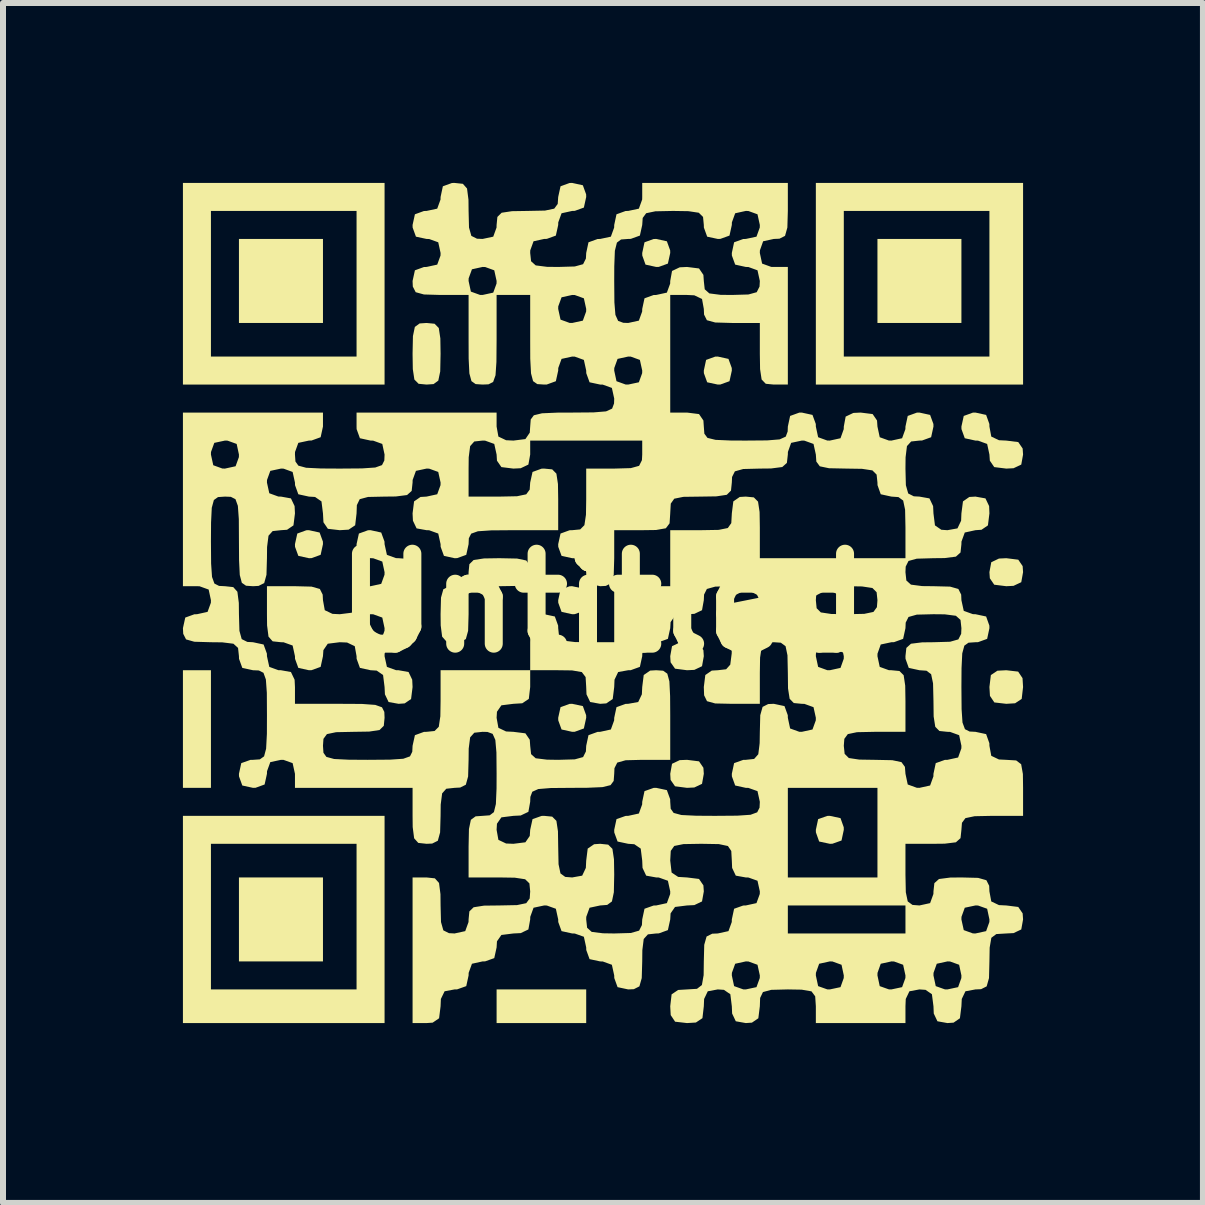
<source format=kicad_pcb>
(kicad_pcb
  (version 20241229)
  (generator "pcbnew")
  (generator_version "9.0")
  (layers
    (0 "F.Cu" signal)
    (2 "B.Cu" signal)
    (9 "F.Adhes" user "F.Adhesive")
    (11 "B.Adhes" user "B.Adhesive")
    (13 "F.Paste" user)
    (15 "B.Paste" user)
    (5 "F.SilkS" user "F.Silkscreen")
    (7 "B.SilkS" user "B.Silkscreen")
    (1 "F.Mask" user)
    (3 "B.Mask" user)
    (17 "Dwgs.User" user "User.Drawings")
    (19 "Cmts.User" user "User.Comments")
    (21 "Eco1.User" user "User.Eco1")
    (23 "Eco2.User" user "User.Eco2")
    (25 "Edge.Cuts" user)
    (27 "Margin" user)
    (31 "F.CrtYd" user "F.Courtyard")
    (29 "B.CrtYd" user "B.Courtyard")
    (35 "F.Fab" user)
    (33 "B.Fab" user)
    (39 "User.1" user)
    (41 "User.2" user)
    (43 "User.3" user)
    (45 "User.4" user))
  (footprint "Untitled"
    (layer "F.Cu")
    (at 7.004 7.004)
    (property "Reference" "Untitled" (at 0 0 0) (layer "F.SilkS") (effects (font (size 1.5 1.5) (thickness 0.3))))
    (attr board_only exclude_from_pos_files exclude_from_bom)
    (fp_poly (pts (xy -6.537 2.101) (xy -6.537 3.082) (xy -6.77 3.082) (xy -7.004 3.082) (xy -7.004 2.101) (xy -7.004 1.121) (xy -6.77 1.121) (xy -6.537 1.121)) (stroke (width 0) (type solid)) (fill yes) (layer "F.SilkS"))
    (fp_poly (pts (xy -4.669 -5.369) (xy -4.669 -4.669) (xy -5.369 -4.669) (xy -6.07 -4.669) (xy -6.07 -5.369) (xy -6.07 -6.07) (xy -5.369 -6.07) (xy -4.669 -6.07)) (stroke (width 0) (type solid)) (fill yes) (layer "F.SilkS"))
    (fp_poly (pts (xy -4.669 5.276) (xy -4.669 5.976) (xy -5.369 5.976) (xy -6.07 5.976) (xy -6.07 5.276) (xy -6.07 4.576) (xy -5.369 4.576) (xy -4.669 4.576)) (stroke (width 0) (type solid)) (fill yes) (layer "F.SilkS"))
    (fp_poly (pts (xy -0.28 6.724) (xy -0.28 7.004) (xy -1.027 7.004) (xy -1.774 7.004) (xy -1.774 6.724) (xy -1.774 6.443) (xy -1.027 6.443) (xy -0.28 6.443)) (stroke (width 0) (type solid)) (fill yes) (layer "F.SilkS"))
    (fp_poly (pts (xy 5.976 -5.369) (xy 5.976 -4.669) (xy 5.276 -4.669) (xy 4.576 -4.669) (xy 4.576 -5.369) (xy 4.576 -6.07) (xy 5.276 -6.07) (xy 5.976 -6.07)) (stroke (width 0) (type solid)) (fill yes) (layer "F.SilkS"))
    (fp_poly (pts (xy -4.725 -1.175) (xy -4.67 -1.024) (xy -4.669 -0.981) (xy -4.708 -0.803) (xy -4.86 -0.748) (xy -4.903 -0.747) (xy -5.08 -0.786) (xy -5.135 -0.937) (xy -5.136 -0.981) (xy -5.097 -1.158) (xy -4.946 -1.213) (xy -4.903 -1.214)) (stroke (width 0) (type solid)) (fill yes) (layer "F.SilkS"))
    (fp_poly (pts (xy -0.336 -0.242) (xy -0.281 -0.09) (xy -0.28 -0.047) (xy -0.319 0.131) (xy -0.471 0.186) (xy -0.514 0.187) (xy -0.691 0.148) (xy -0.746 -0.004) (xy -0.747 -0.047) (xy -0.708 -0.224) (xy -0.557 -0.279) (xy -0.514 -0.28)) (stroke (width 0) (type solid)) (fill yes) (layer "F.SilkS"))
    (fp_poly (pts (xy -0.336 1.719) (xy -0.281 1.871) (xy -0.28 1.914) (xy -0.319 2.092) (xy -0.471 2.147) (xy -0.514 2.148) (xy -0.691 2.109) (xy -0.746 1.957) (xy -0.747 1.914) (xy -0.708 1.737) (xy -0.557 1.682) (xy -0.514 1.681)) (stroke (width 0) (type solid)) (fill yes) (layer "F.SilkS"))
    (fp_poly (pts (xy 1.065 -6.031) (xy 1.12 -5.879) (xy 1.121 -5.836) (xy 1.082 -5.659) (xy 0.93 -5.604) (xy 0.887 -5.603) (xy 0.709 -5.642) (xy 0.655 -5.793) (xy 0.654 -5.836) (xy 0.692 -6.014) (xy 0.844 -6.069) (xy 0.887 -6.07)) (stroke (width 0) (type solid)) (fill yes) (layer "F.SilkS"))
    (fp_poly (pts (xy 1.601 0.679) (xy 1.674 0.786) (xy 1.681 0.887) (xy 1.651 1.054) (xy 1.523 1.115) (xy 1.401 1.121) (xy 1.201 1.095) (xy 1.127 0.989) (xy 1.121 0.887) (xy 1.151 0.72) (xy 1.279 0.659) (xy 1.401 0.654)) (stroke (width 0) (type solid)) (fill yes) (layer "F.SilkS"))
    (fp_poly (pts (xy 1.601 2.64) (xy 1.674 2.747) (xy 1.681 2.848) (xy 1.651 3.015) (xy 1.523 3.076) (xy 1.401 3.082) (xy 1.201 3.056) (xy 1.127 2.95) (xy 1.121 2.848) (xy 1.151 2.681) (xy 1.279 2.62) (xy 1.401 2.615)) (stroke (width 0) (type solid)) (fill yes) (layer "F.SilkS"))
    (fp_poly (pts (xy 2.092 -4.07) (xy 2.147 -3.918) (xy 2.148 -3.875) (xy 2.109 -3.698) (xy 1.957 -3.643) (xy 1.914 -3.642) (xy 1.737 -3.68) (xy 1.682 -3.832) (xy 1.681 -3.875) (xy 1.719 -4.053) (xy 1.871 -4.108) (xy 1.914 -4.109)) (stroke (width 0) (type solid)) (fill yes) (layer "F.SilkS"))
    (fp_poly (pts (xy 3.96 3.587) (xy 4.014 3.739) (xy 4.015 3.782) (xy 3.977 3.96) (xy 3.825 4.014) (xy 3.782 4.015) (xy 3.604 3.977) (xy 3.55 3.825) (xy 3.549 3.782) (xy 3.587 3.604) (xy 3.739 3.55) (xy 3.782 3.549)) (stroke (width 0) (type solid)) (fill yes) (layer "F.SilkS"))
    (fp_poly (pts (xy 6.922 1.144) (xy 6.995 1.253) (xy 7.004 1.401) (xy 6.981 1.599) (xy 6.871 1.672) (xy 6.724 1.681) (xy 6.525 1.658) (xy 6.452 1.549) (xy 6.443 1.401) (xy 6.467 1.202) (xy 6.576 1.129) (xy 6.724 1.121)) (stroke (width 0) (type solid)) (fill yes) (layer "F.SilkS"))
    (fp_poly (pts (xy 6.924 -0.722) (xy 6.997 -0.615) (xy 7.004 -0.514) (xy 6.974 -0.347) (xy 6.845 -0.286) (xy 6.724 -0.28) (xy 6.523 -0.305) (xy 6.45 -0.412) (xy 6.443 -0.514) (xy 6.474 -0.68) (xy 6.602 -0.741) (xy 6.724 -0.747)) (stroke (width 0) (type solid)) (fill yes) (layer "F.SilkS"))
    (fp_poly (pts (xy -2.808 -4.656) (xy -2.738 -4.585) (xy -2.712 -4.412) (xy -2.708 -4.156) (xy -2.714 -3.861) (xy -2.746 -3.708) (xy -2.825 -3.65) (xy -2.942 -3.642) (xy -3.075 -3.655) (xy -3.145 -3.726) (xy -3.171 -3.899) (xy -3.175 -4.156) (xy -3.169 -4.45) (xy -3.137 -4.603) (xy -3.058 -4.661) (xy -2.942 -4.669)) (stroke (width 0) (type solid)) (fill yes) (layer "F.SilkS"))
    (fp_poly (pts (xy -3.642 -5.323) (xy -3.642 -3.642) (xy -5.323 -3.642) (xy -7.004 -3.642) (xy -7.004 -5.323) (xy -6.537 -5.323) (xy -6.537 -4.109) (xy -5.323 -4.109) (xy -4.109 -4.109) (xy -4.109 -5.323) (xy -4.109 -6.537) (xy -5.323 -6.537) (xy -6.537 -6.537) (xy -6.537 -5.323) (xy -7.004 -5.323) (xy -7.004 -7.004) (xy -5.323 -7.004) (xy -3.642 -7.004)) (stroke (width 0) (type solid)) (fill yes) (layer "F.SilkS"))
    (fp_poly (pts (xy 7.004 -5.323) (xy 7.004 -3.642) (xy 5.276 -3.642) (xy 3.549 -3.642) (xy 3.549 -5.323) (xy 4.015 -5.323) (xy 4.015 -4.109) (xy 5.229 -4.109) (xy 6.443 -4.109) (xy 6.443 -5.323) (xy 6.443 -6.537) (xy 5.229 -6.537) (xy 4.015 -6.537) (xy 4.015 -5.323) (xy 3.549 -5.323) (xy 3.549 -7.004) (xy 5.276 -7.004) (xy 7.004 -7.004)) (stroke (width 0) (type solid)) (fill yes) (layer "F.SilkS"))
    (fp_poly (pts (xy -3.642 5.276) (xy -3.642 7.004) (xy -5.323 7.004) (xy -7.004 7.004) (xy -7.004 5.276) (xy -7.004 5.229) (xy -6.537 5.229) (xy -6.537 6.443) (xy -5.323 6.443) (xy -4.109 6.443) (xy -4.109 5.229) (xy -4.109 4.015) (xy -5.323 4.015) (xy -6.537 4.015) (xy -6.537 5.229) (xy -7.004 5.229) (xy -7.004 3.549) (xy -5.323 3.549) (xy -3.642 3.549)) (stroke (width 0) (type solid)) (fill yes) (layer "F.SilkS"))
    (fp_poly (pts (xy 6.388 -3.136) (xy 6.442 -2.985) (xy 6.443 -2.942) (xy 6.474 -2.775) (xy 6.602 -2.714) (xy 6.724 -2.708) (xy 6.924 -2.683) (xy 6.997 -2.576) (xy 7.004 -2.475) (xy 6.974 -2.308) (xy 6.845 -2.247) (xy 6.724 -2.241) (xy 6.523 -2.266) (xy 6.45 -2.373) (xy 6.443 -2.475) (xy 6.405 -2.652) (xy 6.253 -2.707) (xy 6.21 -2.708) (xy 6.032 -2.747) (xy 5.977 -2.899) (xy 5.976 -2.942) (xy 6.015 -3.119) (xy 6.167 -3.174) (xy 6.21 -3.175)) (stroke (width 0) (type solid)) (fill yes) (layer "F.SilkS"))
    (fp_poly (pts (xy -1.433 -0.741) (xy -1.28 -0.709) (xy -1.222 -0.63) (xy -1.214 -0.514) (xy -1.227 -0.38) (xy -1.298 -0.31) (xy -1.471 -0.284) (xy -1.728 -0.28) (xy -2.241 -0.28) (xy -2.241 0.187) (xy -2.249 0.464) (xy -2.287 0.602) (xy -2.381 0.649) (xy -2.475 0.654) (xy -2.613 0.639) (xy -2.682 0.561) (xy -2.706 0.374) (xy -2.708 0.187) (xy -2.701 -0.09) (xy -2.662 -0.229) (xy -2.568 -0.276) (xy -2.475 -0.28) (xy -2.297 -0.319) (xy -2.242 -0.471) (xy -2.241 -0.514) (xy -2.228 -0.647) (xy -2.157 -0.717) (xy -1.984 -0.743) (xy -1.728 -0.747)) (stroke (width 0) (type solid)) (fill yes) (layer "F.SilkS"))
    (fp_poly (pts (xy -3.698 -1.175) (xy -3.643 -1.024) (xy -3.642 -0.981) (xy -3.603 -0.803) (xy -3.451 -0.748) (xy -3.408 -0.747) (xy -3.29 -0.738) (xy -3.22 -0.686) (xy -3.187 -0.55) (xy -3.176 -0.293) (xy -3.175 -0.047) (xy -3.178 0.31) (xy -3.195 0.518) (xy -3.241 0.619) (xy -3.326 0.651) (xy -3.408 0.654) (xy -3.586 0.692) (xy -3.641 0.844) (xy -3.642 0.887) (xy -3.603 1.065) (xy -3.451 1.12) (xy -3.408 1.121) (xy -3.242 1.151) (xy -3.181 1.279) (xy -3.175 1.401) (xy -3.2 1.601) (xy -3.307 1.674) (xy -3.408 1.681) (xy -3.575 1.651) (xy -3.636 1.523) (xy -3.642 1.401) (xy -3.667 1.201) (xy -3.774 1.127) (xy -3.875 1.121) (xy -4.053 1.082) (xy -4.108 0.93) (xy -4.109 0.887) (xy -4.139 0.72) (xy -4.267 0.659) (xy -4.389 0.654) (xy -4.589 0.679) (xy -4.662 0.786) (xy -4.669 0.887) (xy -4.708 1.065) (xy -4.86 1.12) (xy -4.903 1.121) (xy -5.08 1.082) (xy -5.135 0.93) (xy -5.136 0.887) (xy -5.175 0.709) (xy -5.326 0.655) (xy -5.369 0.654) (xy -5.508 0.639) (xy -5.577 0.561) (xy -5.595 0.42) (xy -4.109 0.42) (xy -4.07 0.598) (xy -3.918 0.653) (xy -3.875 0.654) (xy -3.698 0.615) (xy -3.643 0.463) (xy -3.642 0.42) (xy -3.68 0.243) (xy -3.832 0.188) (xy -3.875 0.187) (xy -4.053 0.225) (xy -4.108 0.377) (xy -4.109 0.42) (xy -5.595 0.42) (xy -5.601 0.374) (xy -5.603 0.187) (xy -5.603 -0.28) (xy -5.136 -0.28) (xy -4.859 -0.273) (xy -4.721 -0.234) (xy -4.674 -0.14) (xy -4.669 -0.047) (xy -4.639 0.12) (xy -4.511 0.181) (xy -4.389 0.187) (xy -4.189 0.162) (xy -4.116 0.055) (xy -4.109 -0.047) (xy -4.07 -0.224) (xy -3.918 -0.279) (xy -3.875 -0.28) (xy -3.698 -0.319) (xy -3.643 -0.471) (xy -3.642 -0.514) (xy -3.68 -0.691) (xy -3.832 -0.746) (xy -3.875 -0.747) (xy -4.053 -0.786) (xy -4.108 -0.937) (xy -4.109 -0.981) (xy -4.07 -1.158) (xy -3.918 -1.213) (xy -3.875 -1.214)) (stroke (width 0) (type solid)) (fill yes) (layer "F.SilkS"))
    (fp_poly (pts (xy 3.082 -6.537) (xy 3.074 -6.26) (xy 3.035 -6.121) (xy 2.942 -6.074) (xy 2.848 -6.07) (xy 2.67 -6.031) (xy 2.616 -5.879) (xy 2.615 -5.836) (xy 2.653 -5.659) (xy 2.805 -5.604) (xy 2.848 -5.603) (xy 3.082 -5.603) (xy 3.082 -4.622) (xy 3.082 -3.642) (xy 2.848 -3.642) (xy 2.714 -3.655) (xy 2.645 -3.726) (xy 2.619 -3.899) (xy 2.615 -4.156) (xy 2.615 -4.669) (xy 2.148 -4.669) (xy 1.871 -4.677) (xy 1.732 -4.715) (xy 1.685 -4.809) (xy 1.681 -4.903) (xy 1.651 -5.069) (xy 1.523 -5.13) (xy 1.401 -5.136) (xy 1.121 -5.136) (xy 1.121 -4.156) (xy 1.121 -3.175) (xy 1.401 -3.175) (xy 1.601 -3.15) (xy 1.674 -3.043) (xy 1.681 -2.942) (xy 1.69 -2.823) (xy 1.742 -2.753) (xy 1.877 -2.72) (xy 2.135 -2.709) (xy 2.381 -2.708) (xy 2.737 -2.711) (xy 2.946 -2.728) (xy 3.047 -2.774) (xy 3.079 -2.86) (xy 3.082 -2.942) (xy 3.12 -3.119) (xy 3.272 -3.174) (xy 3.315 -3.175) (xy 3.493 -3.136) (xy 3.548 -2.985) (xy 3.549 -2.942) (xy 3.587 -2.764) (xy 3.739 -2.709) (xy 3.782 -2.708) (xy 3.96 -2.747) (xy 4.014 -2.899) (xy 4.015 -2.942) (xy 4.046 -3.108) (xy 4.174 -3.169) (xy 4.296 -3.175) (xy 4.496 -3.15) (xy 4.569 -3.043) (xy 4.576 -2.942) (xy 4.614 -2.764) (xy 4.766 -2.709) (xy 4.809 -2.708) (xy 4.987 -2.747) (xy 5.042 -2.899) (xy 5.043 -2.942) (xy 5.081 -3.119) (xy 5.233 -3.174) (xy 5.276 -3.175) (xy 5.454 -3.136) (xy 5.509 -2.985) (xy 5.51 -2.942) (xy 5.471 -2.764) (xy 5.319 -2.709) (xy 5.276 -2.708) (xy 5.138 -2.693) (xy 5.068 -2.616) (xy 5.045 -2.429) (xy 5.043 -2.241) (xy 5.05 -1.964) (xy 5.089 -1.826) (xy 5.182 -1.779) (xy 5.276 -1.774) (xy 5.443 -1.744) (xy 5.504 -1.616) (xy 5.51 -1.494) (xy 5.535 -1.294) (xy 5.641 -1.221) (xy 5.743 -1.214) (xy 5.91 -1.244) (xy 5.971 -1.372) (xy 5.976 -1.494) (xy 6.002 -1.694) (xy 6.108 -1.768) (xy 6.21 -1.774) (xy 6.377 -1.744) (xy 6.438 -1.616) (xy 6.443 -1.494) (xy 6.418 -1.294) (xy 6.311 -1.221) (xy 6.21 -1.214) (xy 6.032 -1.175) (xy 5.977 -1.024) (xy 5.976 -0.981) (xy 5.961 -0.842) (xy 5.884 -0.773) (xy 5.697 -0.749) (xy 5.51 -0.747) (xy 5.232 -0.739) (xy 5.094 -0.701) (xy 5.047 -0.607) (xy 5.043 -0.514) (xy 5.058 -0.375) (xy 5.135 -0.306) (xy 5.322 -0.282) (xy 5.51 -0.28) (xy 5.787 -0.273) (xy 5.925 -0.234) (xy 5.972 -0.14) (xy 5.976 -0.047) (xy 6.015 0.131) (xy 6.167 0.186) (xy 6.21 0.187) (xy 6.388 0.225) (xy 6.442 0.377) (xy 6.443 0.42) (xy 6.405 0.598) (xy 6.253 0.653) (xy 6.21 0.654) (xy 6.094 0.662) (xy 6.025 0.711) (xy 5.99 0.84) (xy 5.978 1.086) (xy 5.976 1.401) (xy 5.979 1.771) (xy 5.994 1.993) (xy 6.035 2.104) (xy 6.112 2.143) (xy 6.21 2.148) (xy 6.388 2.186) (xy 6.442 2.338) (xy 6.443 2.381) (xy 6.474 2.548) (xy 6.602 2.609) (xy 6.724 2.615) (xy 6.889 2.625) (xy 6.972 2.688) (xy 7.001 2.851) (xy 7.004 3.082) (xy 7.004 3.549) (xy 6.49 3.549) (xy 6.196 3.555) (xy 6.043 3.587) (xy 5.985 3.665) (xy 5.976 3.782) (xy 5.961 3.921) (xy 5.884 3.99) (xy 5.697 4.013) (xy 5.51 4.015) (xy 5.043 4.015) (xy 5.043 4.529) (xy 5.049 4.823) (xy 5.081 4.976) (xy 5.16 5.034) (xy 5.276 5.043) (xy 5.454 5.004) (xy 5.509 4.852) (xy 5.51 4.809) (xy 5.525 4.671) (xy 5.602 4.602) (xy 5.789 4.578) (xy 5.976 4.576) (xy 6.254 4.583) (xy 6.392 4.622) (xy 6.439 4.715) (xy 6.443 4.809) (xy 6.474 4.976) (xy 6.602 5.037) (xy 6.724 5.043) (xy 6.924 5.068) (xy 6.997 5.175) (xy 7.004 5.276) (xy 6.974 5.443) (xy 6.845 5.504) (xy 6.724 5.51) (xy 6.558 5.52) (xy 6.475 5.582) (xy 6.447 5.746) (xy 6.443 5.976) (xy 6.436 6.254) (xy 6.397 6.392) (xy 6.304 6.439) (xy 6.21 6.443) (xy 6.043 6.474) (xy 5.982 6.602) (xy 5.976 6.724) (xy 5.951 6.924) (xy 5.845 6.997) (xy 5.743 7.004) (xy 5.576 6.974) (xy 5.515 6.845) (xy 5.51 6.724) (xy 5.484 6.523) (xy 5.378 6.45) (xy 5.276 6.443) (xy 5.109 6.474) (xy 5.048 6.602) (xy 5.043 6.724) (xy 5.043 7.004) (xy 4.296 7.004) (xy 3.549 7.004) (xy 3.549 6.724) (xy 3.538 6.558) (xy 3.476 6.475) (xy 3.312 6.447) (xy 3.082 6.443) (xy 2.805 6.45) (xy 2.667 6.487) (xy 2.62 6.585) (xy 2.615 6.724) (xy 2.59 6.924) (xy 2.483 6.997) (xy 2.381 7.004) (xy 2.214 6.974) (xy 2.153 6.845) (xy 2.148 6.724) (xy 2.123 6.523) (xy 2.016 6.45) (xy 1.914 6.443) (xy 1.747 6.474) (xy 1.686 6.602) (xy 1.681 6.724) (xy 1.658 6.922) (xy 1.549 6.995) (xy 1.401 7.004) (xy 1.202 6.981) (xy 1.129 6.871) (xy 1.121 6.724) (xy 1.144 6.525) (xy 1.253 6.452) (xy 1.401 6.443) (xy 1.567 6.433) (xy 1.649 6.37) (xy 1.677 6.21) (xy 2.148 6.21) (xy 2.186 6.388) (xy 2.338 6.442) (xy 2.381 6.443) (xy 2.559 6.405) (xy 2.614 6.253) (xy 2.615 6.21) (xy 3.549 6.21) (xy 3.587 6.388) (xy 3.739 6.442) (xy 3.782 6.443) (xy 3.96 6.405) (xy 4.014 6.253) (xy 4.015 6.21) (xy 4.576 6.21) (xy 4.614 6.388) (xy 4.766 6.442) (xy 4.809 6.443) (xy 4.987 6.405) (xy 5.042 6.253) (xy 5.043 6.21) (xy 5.51 6.21) (xy 5.548 6.388) (xy 5.7 6.442) (xy 5.743 6.443) (xy 5.921 6.405) (xy 5.975 6.253) (xy 5.976 6.21) (xy 5.938 6.032) (xy 5.786 5.977) (xy 5.743 5.976) (xy 5.565 6.015) (xy 5.511 6.167) (xy 5.51 6.21) (xy 5.043 6.21) (xy 5.004 6.032) (xy 4.852 5.977) (xy 4.809 5.976) (xy 4.631 6.015) (xy 4.577 6.167) (xy 4.576 6.21) (xy 4.015 6.21) (xy 3.977 6.032) (xy 3.825 5.977) (xy 3.782 5.976) (xy 3.604 6.015) (xy 3.55 6.167) (xy 3.549 6.21) (xy 2.615 6.21) (xy 2.576 6.032) (xy 2.424 5.977) (xy 2.381 5.976) (xy 2.204 6.015) (xy 2.149 6.167) (xy 2.148 6.21) (xy 1.677 6.21) (xy 1.678 6.207) (xy 1.681 5.976) (xy 1.688 5.699) (xy 1.727 5.561) (xy 1.821 5.514) (xy 1.914 5.51) (xy 2.092 5.471) (xy 2.147 5.319) (xy 2.148 5.276) (xy 3.082 5.276) (xy 3.082 5.51) (xy 4.062 5.51) (xy 5.043 5.51) (xy 5.043 5.276) (xy 5.976 5.276) (xy 6.015 5.454) (xy 6.167 5.509) (xy 6.21 5.51) (xy 6.388 5.471) (xy 6.442 5.319) (xy 6.443 5.276) (xy 6.405 5.098) (xy 6.253 5.044) (xy 6.21 5.043) (xy 6.032 5.081) (xy 5.977 5.233) (xy 5.976 5.276) (xy 5.043 5.276) (xy 5.043 5.043) (xy 4.062 5.043) (xy 3.082 5.043) (xy 3.082 5.276) (xy 2.148 5.276) (xy 2.186 5.098) (xy 2.338 5.044) (xy 2.381 5.043) (xy 2.559 5.004) (xy 2.614 4.852) (xy 2.615 4.809) (xy 2.576 4.631) (xy 2.424 4.577) (xy 2.381 4.576) (xy 2.214 4.546) (xy 2.153 4.417) (xy 2.148 4.296) (xy 2.139 4.135) (xy 2.083 4.052) (xy 1.932 4.02) (xy 1.642 4.015) (xy 1.634 4.015) (xy 1.341 4.02) (xy 1.188 4.051) (xy 1.13 4.133) (xy 1.121 4.291) (xy 1.121 4.296) (xy 1.144 4.494) (xy 1.253 4.567) (xy 1.401 4.576) (xy 1.601 4.601) (xy 1.674 4.708) (xy 1.681 4.809) (xy 1.651 4.976) (xy 1.523 5.037) (xy 1.401 5.043) (xy 1.201 5.068) (xy 1.127 5.175) (xy 1.121 5.276) (xy 1.082 5.454) (xy 0.93 5.509) (xy 0.887 5.51) (xy 0.749 5.525) (xy 0.679 5.602) (xy 0.656 5.789) (xy 0.654 5.976) (xy 0.646 6.254) (xy 0.607 6.392) (xy 0.514 6.439) (xy 0.42 6.443) (xy 0.243 6.405) (xy 0.188 6.253) (xy 0.187 6.21) (xy 0.148 6.032) (xy -0.004 5.977) (xy -0.047 5.976) (xy -0.224 5.938) (xy -0.279 5.786) (xy -0.28 5.743) (xy -0.319 5.565) (xy -0.471 5.511) (xy -0.514 5.51) (xy -0.691 5.471) (xy -0.746 5.319) (xy -0.747 5.276) (xy -0.786 5.098) (xy -0.937 5.044) (xy -0.981 5.043) (xy -1.158 5.081) (xy -1.213 5.233) (xy -1.214 5.276) (xy -1.244 5.443) (xy -1.372 5.504) (xy -1.494 5.51) (xy -1.694 5.535) (xy -1.768 5.641) (xy -1.774 5.743) (xy -1.813 5.921) (xy -1.965 5.975) (xy -2.008 5.976) (xy -2.185 6.015) (xy -2.24 6.167) (xy -2.241 6.21) (xy -2.28 6.388) (xy -2.432 6.442) (xy -2.475 6.443) (xy -2.641 6.474) (xy -2.703 6.602) (xy -2.708 6.724) (xy -2.733 6.924) (xy -2.84 6.997) (xy -2.942 7.004) (xy -3.175 7.004) (xy -3.175 5.79) (xy -3.175 4.576) (xy -2.942 4.576) (xy -2.803 4.591) (xy -2.734 4.668) (xy -2.71 4.855) (xy -2.708 5.043) (xy -2.701 5.32) (xy -2.662 5.458) (xy -2.568 5.505) (xy -2.475 5.51) (xy -2.297 5.471) (xy -2.242 5.319) (xy -2.241 5.276) (xy -2.228 5.142) (xy -2.157 5.073) (xy -1.984 5.046) (xy -1.728 5.043) (xy -1.433 5.037) (xy -1.28 5.005) (xy -1.222 4.926) (xy -1.214 4.809) (xy -1.227 4.675) (xy -1.298 4.606) (xy -1.471 4.58) (xy -1.728 4.576) (xy -2.241 4.576) (xy -2.241 4.062) (xy -2.235 3.768) (xy -2.203 3.615) (xy -2.124 3.557) (xy -2.008 3.549) (xy -1.889 3.54) (xy -1.819 3.487) (xy -1.786 3.352) (xy -1.775 3.094) (xy -1.774 2.848) (xy -1.777 2.492) (xy -1.795 2.283) (xy -1.84 2.182) (xy -1.926 2.15) (xy -2.008 2.148) (xy -2.146 2.163) (xy -2.215 2.24) (xy -2.239 2.427) (xy -2.241 2.615) (xy -2.249 2.892) (xy -2.287 3.03) (xy -2.381 3.077) (xy -2.475 3.082) (xy -2.613 3.097) (xy -2.682 3.174) (xy -2.706 3.361) (xy -2.708 3.549) (xy -2.716 3.826) (xy -2.754 3.964) (xy -2.848 4.011) (xy -2.942 4.015) (xy -3.08 4) (xy -3.149 3.923) (xy -3.173 3.736) (xy -3.175 3.549) (xy -3.175 3.082) (xy -4.156 3.082) (xy -5.136 3.082) (xy -5.136 2.848) (xy -5.175 2.67) (xy -5.326 2.616) (xy -5.369 2.615) (xy -5.547 2.653) (xy -5.602 2.805) (xy -5.603 2.848) (xy -5.642 3.026) (xy -5.793 3.081) (xy -5.836 3.082) (xy -6.014 3.043) (xy -6.069 2.891) (xy -6.07 2.848) (xy -6.031 2.67) (xy -5.879 2.616) (xy -5.836 2.615) (xy -5.721 2.607) (xy -5.651 2.557) (xy -5.617 2.429) (xy -5.604 2.182) (xy -5.603 1.868) (xy -5.605 1.497) (xy -5.621 1.275) (xy -5.661 1.164) (xy -5.738 1.125) (xy -5.836 1.121) (xy -6.014 1.082) (xy -6.069 0.93) (xy -6.07 0.887) (xy -6.085 0.749) (xy -6.162 0.679) (xy -6.349 0.656) (xy -6.537 0.654) (xy -6.814 0.646) (xy -6.952 0.607) (xy -6.999 0.514) (xy -7.004 0.42) (xy -6.965 0.243) (xy -6.813 0.188) (xy -6.77 0.187) (xy -6.593 0.148) (xy -6.538 -0.004) (xy -6.537 -0.047) (xy -6.575 -0.224) (xy -6.727 -0.279) (xy -6.77 -0.28) (xy -7.004 -0.28) (xy -7.004 -1.027) (xy -6.537 -1.027) (xy -6.534 -0.657) (xy -6.519 -0.435) (xy -6.479 -0.324) (xy -6.402 -0.285) (xy -6.303 -0.28) (xy -6.165 -0.265) (xy -6.096 -0.188) (xy -6.072 -0.001) (xy -6.07 0.187) (xy -6.062 0.464) (xy -6.024 0.602) (xy -5.93 0.649) (xy -5.836 0.654) (xy -5.659 0.692) (xy -5.604 0.844) (xy -5.603 0.887) (xy -5.564 1.065) (xy -5.413 1.12) (xy -5.369 1.121) (xy -5.203 1.151) (xy -5.142 1.279) (xy -5.136 1.401) (xy -5.136 1.681) (xy -4.389 1.681) (xy -4.018 1.683) (xy -3.797 1.699) (xy -3.685 1.739) (xy -3.646 1.816) (xy -3.642 1.914) (xy -3.655 2.048) (xy -3.726 2.118) (xy -3.899 2.144) (xy -4.156 2.148) (xy -4.45 2.154) (xy -4.603 2.186) (xy -4.661 2.265) (xy -4.669 2.381) (xy -4.661 2.497) (xy -4.612 2.566) (xy -4.483 2.601) (xy -4.237 2.613) (xy -3.922 2.615) (xy -3.552 2.612) (xy -3.33 2.597) (xy -3.218 2.557) (xy -3.18 2.48) (xy -3.175 2.381) (xy -3.136 2.204) (xy -2.985 2.149) (xy -2.942 2.148) (xy -2.808 2.134) (xy -2.738 2.064) (xy -2.716 1.914) (xy -1.774 1.914) (xy -1.744 2.081) (xy -1.616 2.142) (xy -1.494 2.148) (xy -1.294 2.173) (xy -1.221 2.28) (xy -1.214 2.381) (xy -1.199 2.52) (xy -1.122 2.589) (xy -0.934 2.612) (xy -0.747 2.615) (xy -0.47 2.607) (xy -0.332 2.569) (xy -0.285 2.475) (xy -0.28 2.381) (xy -0.242 2.204) (xy -0.09 2.149) (xy -0.047 2.148) (xy 0.131 2.109) (xy 0.186 1.957) (xy 0.187 1.914) (xy 0.225 1.737) (xy 0.377 1.682) (xy 0.42 1.681) (xy 0.587 1.651) (xy 0.648 1.523) (xy 0.654 1.401) (xy 0.679 1.201) (xy 0.786 1.127) (xy 0.887 1.121) (xy 1.003 1.129) (xy 1.072 1.178) (xy 1.107 1.307) (xy 1.119 1.553) (xy 1.121 1.868) (xy 1.121 2.615) (xy 0.654 2.615) (xy 0.377 2.622) (xy 0.238 2.661) (xy 0.191 2.754) (xy 0.187 2.848) (xy 0.178 2.967) (xy 0.126 3.037) (xy -0.01 3.07) (xy -0.268 3.081) (xy -0.514 3.082) (xy -0.87 3.085) (xy -1.079 3.102) (xy -1.179 3.147) (xy -1.211 3.233) (xy -1.214 3.315) (xy -1.244 3.482) (xy -1.372 3.543) (xy -1.494 3.549) (xy -1.694 3.574) (xy -1.768 3.68) (xy -1.774 3.782) (xy -1.744 3.949) (xy -1.616 4.01) (xy -1.494 4.015) (xy -1.294 3.99) (xy -1.221 3.884) (xy -1.214 3.782) (xy -1.175 3.604) (xy -1.024 3.55) (xy -0.981 3.549) (xy -0.847 3.562) (xy -0.777 3.632) (xy -0.751 3.806) (xy -0.747 4.062) (xy -0.741 4.356) (xy -0.709 4.509) (xy -0.63 4.567) (xy -0.514 4.576) (xy -0.347 4.546) (xy -0.286 4.417) (xy -0.28 4.296) (xy -0.255 4.095) (xy -0.148 4.022) (xy -0.047 4.015) (xy 0.087 4.029) (xy 0.157 4.099) (xy 0.183 4.273) (xy 0.187 4.529) (xy 0.181 4.823) (xy 0.149 4.976) (xy 0.07 5.034) (xy -0.047 5.043) (xy -0.224 5.081) (xy -0.279 5.233) (xy -0.28 5.276) (xy -0.265 5.415) (xy -0.188 5.484) (xy -0.001 5.507) (xy 0.187 5.51) (xy 0.464 5.502) (xy 0.602 5.463) (xy 0.649 5.37) (xy 0.654 5.276) (xy 0.692 5.098) (xy 0.844 5.044) (xy 0.887 5.043) (xy 1.065 5.004) (xy 1.12 4.852) (xy 1.121 4.809) (xy 1.082 4.631) (xy 0.93 4.577) (xy 0.887 4.576) (xy 0.72 4.546) (xy 0.659 4.417) (xy 0.654 4.296) (xy 0.629 4.095) (xy 0.522 4.022) (xy 0.42 4.015) (xy 0.243 3.977) (xy 0.189 3.829) (xy 3.082 3.829) (xy 3.082 4.576) (xy 3.829 4.576) (xy 4.576 4.576) (xy 4.576 3.829) (xy 4.576 3.082) (xy 3.829 3.082) (xy 3.082 3.082) (xy 3.082 3.829) (xy 0.189 3.829) (xy 0.188 3.825) (xy 0.187 3.782) (xy 0.225 3.604) (xy 0.377 3.55) (xy 0.42 3.549) (xy 0.598 3.51) (xy 0.653 3.358) (xy 0.654 3.315) (xy 0.692 3.137) (xy 0.844 3.083) (xy 0.887 3.082) (xy 1.065 3.12) (xy 1.12 3.272) (xy 1.121 3.315) (xy 1.129 3.431) (xy 1.178 3.5) (xy 1.307 3.535) (xy 1.553 3.547) (xy 1.868 3.549) (xy 2.238 3.546) (xy 2.46 3.531) (xy 2.571 3.49) (xy 2.61 3.413) (xy 2.615 3.315) (xy 2.576 3.137) (xy 2.424 3.083) (xy 2.381 3.082) (xy 2.204 3.043) (xy 2.149 2.891) (xy 2.148 2.848) (xy 2.186 2.67) (xy 2.338 2.616) (xy 2.381 2.615) (xy 2.52 2.6) (xy 2.589 2.522) (xy 2.607 2.381) (xy 4.015 2.381) (xy 4.029 2.515) (xy 4.099 2.585) (xy 4.273 2.611) (xy 4.529 2.615) (xy 4.823 2.621) (xy 4.976 2.653) (xy 5.034 2.732) (xy 5.043 2.848) (xy 5.081 3.026) (xy 5.233 3.081) (xy 5.276 3.082) (xy 5.454 3.043) (xy 5.509 2.891) (xy 5.51 2.848) (xy 5.548 2.67) (xy 5.7 2.616) (xy 5.743 2.615) (xy 5.921 2.576) (xy 5.975 2.424) (xy 5.976 2.381) (xy 5.938 2.204) (xy 5.786 2.149) (xy 5.743 2.148) (xy 5.609 2.134) (xy 5.54 2.064) (xy 5.513 1.891) (xy 5.51 1.634) (xy 5.503 1.34) (xy 5.471 1.187) (xy 5.393 1.129) (xy 5.276 1.121) (xy 5.098 1.082) (xy 5.044 0.93) (xy 5.043 0.887) (xy 5.058 0.749) (xy 5.135 0.679) (xy 5.322 0.656) (xy 5.51 0.654) (xy 5.787 0.646) (xy 5.925 0.607) (xy 5.972 0.514) (xy 5.976 0.42) (xy 5.961 0.282) (xy 5.884 0.213) (xy 5.697 0.189) (xy 5.51 0.187) (xy 5.232 0.194) (xy 5.094 0.233) (xy 5.047 0.327) (xy 5.043 0.42) (xy 5.004 0.598) (xy 4.852 0.653) (xy 4.809 0.654) (xy 4.631 0.692) (xy 4.577 0.844) (xy 4.576 0.887) (xy 4.614 1.065) (xy 4.766 1.12) (xy 4.809 1.121) (xy 4.943 1.134) (xy 5.013 1.204) (xy 5.039 1.378) (xy 5.043 1.634) (xy 5.043 2.148) (xy 4.529 2.148) (xy 4.235 2.154) (xy 4.082 2.186) (xy 4.024 2.265) (xy 4.015 2.381) (xy 2.607 2.381) (xy 2.612 2.335) (xy 2.615 2.148) (xy 2.622 1.871) (xy 2.661 1.732) (xy 2.754 1.685) (xy 2.848 1.681) (xy 3.026 1.719) (xy 3.081 1.871) (xy 3.082 1.914) (xy 3.12 2.092) (xy 3.272 2.147) (xy 3.315 2.148) (xy 3.493 2.109) (xy 3.548 1.957) (xy 3.549 1.914) (xy 3.51 1.737) (xy 3.358 1.682) (xy 3.315 1.681) (xy 3.181 1.668) (xy 3.112 1.597) (xy 3.085 1.424) (xy 3.082 1.167) (xy 3.076 0.887) (xy 3.549 0.887) (xy 3.587 1.065) (xy 3.739 1.12) (xy 3.782 1.121) (xy 3.96 1.082) (xy 4.014 0.93) (xy 4.015 0.887) (xy 3.977 0.709) (xy 3.825 0.655) (xy 3.782 0.654) (xy 3.604 0.692) (xy 3.55 0.844) (xy 3.549 0.887) (xy 3.076 0.887) (xy 3.076 0.873) (xy 3.044 0.72) (xy 2.965 0.662) (xy 2.848 0.654) (xy 2.714 0.667) (xy 2.645 0.737) (xy 2.619 0.911) (xy 2.615 1.167) (xy 2.615 1.681) (xy 2.148 1.681) (xy 1.871 1.675) (xy 1.734 1.637) (xy 1.686 1.539) (xy 1.681 1.401) (xy 1.706 1.201) (xy 1.813 1.127) (xy 1.914 1.121) (xy 2.053 1.105) (xy 2.122 1.028) (xy 2.146 0.841) (xy 2.148 0.654) (xy 2.155 0.377) (xy 2.194 0.238) (xy 2.288 0.191) (xy 2.381 0.187) (xy 2.559 0.148) (xy 2.614 -0.004) (xy 2.615 -0.047) (xy 3.549 -0.047) (xy 3.562 0.087) (xy 3.632 0.157) (xy 3.806 0.183) (xy 4.062 0.187) (xy 4.356 0.181) (xy 4.509 0.149) (xy 4.567 0.07) (xy 4.576 -0.047) (xy 4.562 -0.18) (xy 4.492 -0.25) (xy 4.319 -0.276) (xy 4.062 -0.28) (xy 3.768 -0.274) (xy 3.615 -0.242) (xy 3.557 -0.163) (xy 3.549 -0.047) (xy 2.615 -0.047) (xy 2.6 -0.185) (xy 2.522 -0.254) (xy 2.335 -0.278) (xy 2.148 -0.28) (xy 1.871 -0.273) (xy 1.732 -0.234) (xy 1.685 -0.14) (xy 1.681 -0.047) (xy 1.651 0.12) (xy 1.523 0.181) (xy 1.401 0.187) (xy 1.201 0.212) (xy 1.127 0.319) (xy 1.121 0.42) (xy 1.082 0.598) (xy 0.93 0.653) (xy 0.887 0.654) (xy 0.709 0.692) (xy 0.655 0.844) (xy 0.654 0.887) (xy 0.615 1.065) (xy 0.463 1.12) (xy 0.42 1.121) (xy 0.253 1.151) (xy 0.192 1.279) (xy 0.187 1.401) (xy 0.162 1.601) (xy 0.055 1.674) (xy -0.047 1.681) (xy -0.214 1.651) (xy -0.275 1.523) (xy -0.28 1.401) (xy -0.29 1.235) (xy -0.353 1.152) (xy -0.516 1.124) (xy -0.747 1.121) (xy -1.214 1.121) (xy -1.214 1.401) (xy -1.237 1.599) (xy -1.346 1.672) (xy -1.494 1.681) (xy -1.694 1.706) (xy -1.768 1.813) (xy -1.774 1.914) (xy -2.716 1.914) (xy -2.712 1.891) (xy -2.708 1.634) (xy -2.708 1.121) (xy -1.961 1.121) (xy -1.214 1.121) (xy -1.214 0.654) (xy -1.206 0.377) (xy -1.168 0.238) (xy -1.074 0.191) (xy -0.981 0.187) (xy -0.803 0.225) (xy -0.748 0.377) (xy -0.747 0.42) (xy -0.732 0.559) (xy -0.655 0.628) (xy -0.468 0.651) (xy -0.28 0.654) (xy 0.187 0.654) (xy 0.187 0.187) (xy 0.187 -0.28) (xy 0.654 -0.28) (xy 1.121 -0.28) (xy 1.121 -0.747) (xy 1.121 -1.214) (xy 1.634 -1.214) (xy 1.928 -1.219) (xy 2.081 -1.25) (xy 2.139 -1.332) (xy 2.148 -1.49) (xy 2.148 -1.494) (xy 2.173 -1.694) (xy 2.28 -1.768) (xy 2.381 -1.774) (xy 2.515 -1.761) (xy 2.585 -1.69) (xy 2.611 -1.517) (xy 2.615 -1.261) (xy 2.615 -0.747) (xy 3.829 -0.747) (xy 5.043 -0.747) (xy 5.043 -1.261) (xy 5.037 -1.555) (xy 5.005 -1.708) (xy 4.926 -1.766) (xy 4.809 -1.774) (xy 4.631 -1.813) (xy 4.577 -1.965) (xy 4.576 -2.008) (xy 4.562 -2.141) (xy 4.492 -2.211) (xy 4.319 -2.237) (xy 4.062 -2.241) (xy 3.768 -2.247) (xy 3.615 -2.279) (xy 3.557 -2.358) (xy 3.549 -2.475) (xy 3.51 -2.652) (xy 3.358 -2.707) (xy 3.315 -2.708) (xy 3.137 -2.67) (xy 3.083 -2.518) (xy 3.082 -2.475) (xy 3.066 -2.336) (xy 2.989 -2.267) (xy 2.802 -2.243) (xy 2.615 -2.241) (xy 2.338 -2.234) (xy 2.199 -2.195) (xy 2.152 -2.101) (xy 2.148 -2.008) (xy 2.134 -1.874) (xy 2.064 -1.804) (xy 1.891 -1.778) (xy 1.634 -1.774) (xy 1.341 -1.77) (xy 1.188 -1.739) (xy 1.13 -1.657) (xy 1.121 -1.498) (xy 1.121 -1.494) (xy 1.11 -1.328) (xy 1.048 -1.246) (xy 0.884 -1.217) (xy 0.654 -1.214) (xy 0.187 -1.214) (xy 0.187 -0.747) (xy 0.179 -0.47) (xy 0.141 -0.332) (xy 0.047 -0.285) (xy -0.047 -0.28) (xy -0.224 -0.319) (xy -0.279 -0.471) (xy -0.28 -0.514) (xy -0.319 -0.691) (xy -0.471 -0.746) (xy -0.514 -0.747) (xy -0.691 -0.786) (xy -0.746 -0.937) (xy -0.747 -0.981) (xy -0.708 -1.158) (xy -0.557 -1.213) (xy -0.514 -1.214) (xy -0.38 -1.227) (xy -0.31 -1.298) (xy -0.284 -1.471) (xy -0.28 -1.728) (xy -0.28 -2.241) (xy 0.187 -2.241) (xy 0.464 -2.249) (xy 0.602 -2.287) (xy 0.649 -2.381) (xy 0.654 -2.475) (xy 0.654 -2.708) (xy -0.28 -2.708) (xy -1.214 -2.708) (xy -1.214 -2.475) (xy -1.244 -2.308) (xy -1.372 -2.247) (xy -1.494 -2.241) (xy -1.694 -2.266) (xy -1.768 -2.373) (xy -1.774 -2.475) (xy -1.813 -2.652) (xy -1.965 -2.707) (xy -2.008 -2.708) (xy -2.146 -2.693) (xy -2.215 -2.616) (xy -2.239 -2.429) (xy -2.241 -2.241) (xy -2.241 -1.774) (xy -1.728 -1.774) (xy -1.433 -1.78) (xy -1.28 -1.812) (xy -1.222 -1.891) (xy -1.214 -2.008) (xy -1.175 -2.185) (xy -1.024 -2.24) (xy -0.981 -2.241) (xy -0.847 -2.228) (xy -0.777 -2.157) (xy -0.751 -1.984) (xy -0.747 -1.728) (xy -0.747 -1.214) (xy -1.494 -1.214) (xy -1.865 -1.211) (xy -2.086 -1.196) (xy -2.198 -1.156) (xy -2.237 -1.079) (xy -2.241 -0.981) (xy -2.28 -0.803) (xy -2.432 -0.748) (xy -2.475 -0.747) (xy -2.652 -0.786) (xy -2.707 -0.937) (xy -2.708 -0.981) (xy -2.747 -1.158) (xy -2.899 -1.213) (xy -2.942 -1.214) (xy -3.108 -1.244) (xy -3.169 -1.372) (xy -3.175 -1.494) (xy -3.15 -1.694) (xy -3.043 -1.768) (xy -2.942 -1.774) (xy -2.764 -1.813) (xy -2.709 -1.965) (xy -2.708 -2.008) (xy -2.747 -2.185) (xy -2.899 -2.24) (xy -2.942 -2.241) (xy -3.119 -2.203) (xy -3.174 -2.051) (xy -3.175 -2.008) (xy -3.19 -1.869) (xy -3.267 -1.8) (xy -3.455 -1.776) (xy -3.642 -1.774) (xy -3.918 -1.768) (xy -4.056 -1.731) (xy -4.104 -1.632) (xy -4.109 -1.494) (xy -4.132 -1.296) (xy -4.241 -1.223) (xy -4.389 -1.214) (xy -4.587 -1.237) (xy -4.661 -1.346) (xy -4.669 -1.494) (xy -4.694 -1.694) (xy -4.801 -1.768) (xy -4.903 -1.774) (xy -5.08 -1.813) (xy -5.135 -1.965) (xy -5.136 -2.008) (xy -5.175 -2.185) (xy -5.326 -2.24) (xy -5.369 -2.241) (xy -5.547 -2.203) (xy -5.602 -2.051) (xy -5.603 -2.008) (xy -5.564 -1.83) (xy -5.413 -1.775) (xy -5.369 -1.774) (xy -5.203 -1.744) (xy -5.142 -1.616) (xy -5.136 -1.494) (xy -5.161 -1.294) (xy -5.268 -1.221) (xy -5.369 -1.214) (xy -5.508 -1.199) (xy -5.577 -1.122) (xy -5.601 -0.934) (xy -5.603 -0.747) (xy -5.611 -0.47) (xy -5.649 -0.332) (xy -5.743 -0.285) (xy -5.836 -0.28) (xy -5.952 -0.288) (xy -6.022 -0.337) (xy -6.056 -0.466) (xy -6.068 -0.712) (xy -6.07 -1.027) (xy -6.072 -1.398) (xy -6.088 -1.62) (xy -6.128 -1.731) (xy -6.205 -1.77) (xy -6.303 -1.774) (xy -6.419 -1.766) (xy -6.488 -1.717) (xy -6.523 -1.588) (xy -6.535 -1.342) (xy -6.537 -1.027) (xy -7.004 -1.027) (xy -7.004 -1.728) (xy -7.004 -2.475) (xy -6.537 -2.475) (xy -6.498 -2.297) (xy -6.346 -2.242) (xy -6.303 -2.241) (xy -6.126 -2.28) (xy -6.071 -2.432) (xy -6.07 -2.475) (xy -6.108 -2.652) (xy -6.26 -2.707) (xy -6.303 -2.708) (xy -6.481 -2.67) (xy -6.536 -2.518) (xy -6.537 -2.475) (xy -7.004 -2.475) (xy -7.004 -3.175) (xy -5.836 -3.175) (xy -4.669 -3.175) (xy -4.669 -2.942) (xy -4.708 -2.764) (xy -4.86 -2.709) (xy -4.903 -2.708) (xy -5.08 -2.67) (xy -5.135 -2.518) (xy -5.136 -2.475) (xy -5.128 -2.359) (xy -5.079 -2.29) (xy -4.95 -2.255) (xy -4.704 -2.243) (xy -4.389 -2.241) (xy -4.018 -2.244) (xy -3.797 -2.259) (xy -3.685 -2.299) (xy -3.646 -2.376) (xy -3.642 -2.475) (xy -3.68 -2.652) (xy -3.832 -2.707) (xy -3.875 -2.708) (xy -4.053 -2.747) (xy -4.108 -2.899) (xy -4.109 -2.942) (xy -4.109 -3.175) (xy -2.942 -3.175) (xy -1.774 -3.175) (xy -1.774 -2.942) (xy -1.744 -2.775) (xy -1.616 -2.714) (xy -1.494 -2.708) (xy -1.294 -2.733) (xy -1.221 -2.84) (xy -1.214 -2.942) (xy -1.205 -3.06) (xy -1.153 -3.13) (xy -1.017 -3.163) (xy -0.76 -3.174) (xy -0.514 -3.175) (xy -0.157 -3.178) (xy 0.051 -3.195) (xy 0.152 -3.241) (xy 0.184 -3.326) (xy 0.187 -3.408) (xy 0.148 -3.586) (xy -0.004 -3.641) (xy -0.047 -3.642) (xy -0.224 -3.68) (xy -0.279 -3.832) (xy -0.28 -3.875) (xy 0.187 -3.875) (xy 0.225 -3.698) (xy 0.377 -3.643) (xy 0.42 -3.642) (xy 0.598 -3.68) (xy 0.653 -3.832) (xy 0.654 -3.875) (xy 0.615 -4.053) (xy 0.463 -4.108) (xy 0.42 -4.109) (xy 0.243 -4.07) (xy 0.188 -3.918) (xy 0.187 -3.875) (xy -0.28 -3.875) (xy -0.319 -4.053) (xy -0.471 -4.108) (xy -0.514 -4.109) (xy -0.691 -4.07) (xy -0.746 -3.918) (xy -0.747 -3.875) (xy -0.786 -3.698) (xy -0.937 -3.643) (xy -0.981 -3.642) (xy -1.096 -3.65) (xy -1.166 -3.699) (xy -1.2 -3.828) (xy -1.213 -4.074) (xy -1.214 -4.389) (xy -1.214 -4.903) (xy -0.747 -4.903) (xy -0.708 -4.725) (xy -0.557 -4.67) (xy -0.514 -4.669) (xy -0.336 -4.708) (xy -0.281 -4.86) (xy -0.28 -4.903) (xy -0.319 -5.08) (xy -0.471 -5.135) (xy -0.514 -5.136) (xy -0.691 -5.097) (xy -0.746 -4.946) (xy -0.747 -4.903) (xy -1.214 -4.903) (xy -1.214 -5.136) (xy -1.494 -5.136) (xy -1.774 -5.136) (xy -1.774 -4.389) (xy -1.777 -4.018) (xy -1.792 -3.797) (xy -1.832 -3.685) (xy -1.909 -3.646) (xy -2.008 -3.642) (xy -2.124 -3.65) (xy -2.193 -3.699) (xy -2.228 -3.828) (xy -2.24 -4.074) (xy -2.241 -4.389) (xy -2.241 -5.136) (xy -2.708 -5.136) (xy -2.985 -5.144) (xy -3.123 -5.182) (xy -3.171 -5.276) (xy -3.175 -5.369) (xy -2.241 -5.369) (xy -2.203 -5.192) (xy -2.051 -5.137) (xy -2.008 -5.136) (xy -1.83 -5.175) (xy -1.775 -5.326) (xy -1.774 -5.369) (xy 0.187 -5.369) (xy 0.19 -5.013) (xy 0.207 -4.804) (xy 0.252 -4.704) (xy 0.338 -4.672) (xy 0.42 -4.669) (xy 0.598 -4.708) (xy 0.653 -4.86) (xy 0.654 -4.903) (xy 0.692 -5.08) (xy 0.844 -5.135) (xy 0.887 -5.136) (xy 1.065 -5.175) (xy 1.12 -5.326) (xy 1.121 -5.369) (xy 1.151 -5.536) (xy 1.279 -5.597) (xy 1.401 -5.603) (xy 1.601 -5.578) (xy 1.674 -5.471) (xy 1.681 -5.369) (xy 1.696 -5.231) (xy 1.773 -5.162) (xy 1.96 -5.138) (xy 2.148 -5.136) (xy 2.425 -5.144) (xy 2.563 -5.182) (xy 2.61 -5.276) (xy 2.615 -5.369) (xy 2.576 -5.547) (xy 2.424 -5.602) (xy 2.381 -5.603) (xy 2.204 -5.642) (xy 2.149 -5.793) (xy 2.148 -5.836) (xy 2.186 -6.014) (xy 2.338 -6.069) (xy 2.381 -6.07) (xy 2.559 -6.108) (xy 2.614 -6.26) (xy 2.615 -6.303) (xy 2.576 -6.481) (xy 2.424 -6.536) (xy 2.381 -6.537) (xy 2.204 -6.498) (xy 2.149 -6.346) (xy 2.148 -6.303) (xy 2.109 -6.126) (xy 1.957 -6.071) (xy 1.914 -6.07) (xy 1.737 -6.108) (xy 1.682 -6.26) (xy 1.681 -6.303) (xy 1.668 -6.437) (xy 1.597 -6.507) (xy 1.424 -6.533) (xy 1.167 -6.537) (xy 0.873 -6.531) (xy 0.72 -6.499) (xy 0.662 -6.42) (xy 0.654 -6.303) (xy 0.615 -6.126) (xy 0.463 -6.071) (xy 0.42 -6.07) (xy 0.301 -6.061) (xy 0.232 -6.009) (xy 0.198 -5.873) (xy 0.188 -5.615) (xy 0.187 -5.369) (xy -1.774 -5.369) (xy -1.813 -5.547) (xy -1.965 -5.602) (xy -2.008 -5.603) (xy -2.185 -5.564) (xy -2.24 -5.413) (xy -2.241 -5.369) (xy -3.175 -5.369) (xy -3.136 -5.547) (xy -2.985 -5.602) (xy -2.942 -5.603) (xy -2.764 -5.642) (xy -2.709 -5.793) (xy -2.708 -5.836) (xy -2.747 -6.014) (xy -2.899 -6.069) (xy -2.942 -6.07) (xy -3.119 -6.108) (xy -3.174 -6.26) (xy -3.175 -6.303) (xy -3.136 -6.481) (xy -2.985 -6.536) (xy -2.942 -6.537) (xy -2.764 -6.575) (xy -2.709 -6.727) (xy -2.708 -6.77) (xy -2.67 -6.948) (xy -2.518 -7.003) (xy -2.475 -7.004) (xy -2.336 -6.989) (xy -2.267 -6.911) (xy -2.243 -6.724) (xy -2.241 -6.537) (xy -2.234 -6.26) (xy -2.195 -6.121) (xy -2.101 -6.074) (xy -2.008 -6.07) (xy -1.83 -6.108) (xy -1.775 -6.26) (xy -1.774 -6.303) (xy -1.761 -6.437) (xy -1.69 -6.507) (xy -1.517 -6.533) (xy -1.261 -6.537) (xy -0.967 -6.543) (xy -0.813 -6.575) (xy -0.755 -6.654) (xy -0.747 -6.77) (xy -0.708 -6.948) (xy -0.557 -7.003) (xy -0.514 -7.004) (xy -0.336 -6.965) (xy -0.281 -6.813) (xy -0.28 -6.77) (xy -0.319 -6.593) (xy -0.471 -6.538) (xy -0.514 -6.537) (xy -0.691 -6.498) (xy -0.746 -6.346) (xy -0.747 -6.303) (xy -0.786 -6.126) (xy -0.937 -6.071) (xy -0.981 -6.07) (xy -1.158 -6.031) (xy -1.213 -5.879) (xy -1.214 -5.836) (xy -1.199 -5.698) (xy -1.122 -5.629) (xy -0.934 -5.605) (xy -0.747 -5.603) (xy -0.47 -5.611) (xy -0.332 -5.649) (xy -0.285 -5.743) (xy -0.28 -5.836) (xy -0.242 -6.014) (xy -0.09 -6.069) (xy -0.047 -6.07) (xy 0.131 -6.108) (xy 0.186 -6.26) (xy 0.187 -6.303) (xy 0.225 -6.481) (xy 0.377 -6.536) (xy 0.42 -6.537) (xy 0.598 -6.575) (xy 0.653 -6.727) (xy 0.654 -6.77) (xy 0.654 -7.004) (xy 1.868 -7.004) (xy 3.082 -7.004)) (stroke (width 0) (type solid)) (fill yes) (layer "F.SilkS")))
  (gr_rect
    (start -3 -3)
    (end 17.007 17.007)
    (stroke (width 0.1) (type default))
    (fill no)
    (layer "Edge.Cuts")))
</source>
